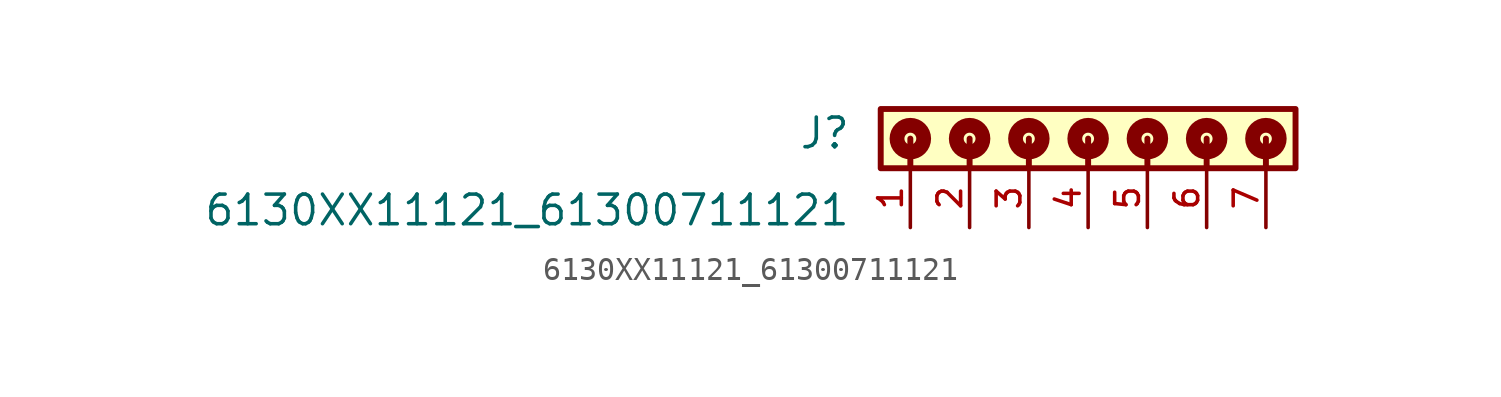
<source format=kicad_sym>
(kicad_symbol_lib
  (version 20211014)
  (generator kicad_symbol_editor)
  (symbol "6130XX11121_61300711121"
    (pin_names
      (offset 1.016))
    (property "Reference" "J"
      (at -10.16 -1.778 0)
      (effects (font (size 1.27 1.27)) (justify bottom right)))
    (property "Value" "6130XX11121_61300711121"
      (at -10.16 -5.08 0)
      (effects (font (size 1.27 1.27)) (justify bottom right)))
    (symbol "6130XX11121_61300711121_0_0"
      (polyline (pts (xy -7.62 -1.27) (xy -7.62 -2.54)) (stroke (width 0.254)))
      (polyline (pts (xy -5.08 -1.27) (xy -5.08 -2.54)) (stroke (width 0.254)))
      (polyline (pts (xy -2.54 -1.27) (xy -2.54 -2.54)) (stroke (width 0.254)))
      (polyline (pts (xy 0.0 -1.27) (xy 0.0 -2.54)) (stroke (width 0.254)))
      (polyline (pts (xy 2.54 -1.27) (xy 2.54 -2.54)) (stroke (width 0.254)))
      (polyline (pts (xy 5.08 -1.27) (xy 5.08 -2.54)) (stroke (width 0.254)))
      (polyline (pts (xy 7.62 -1.27) (xy 7.62 -2.54)) (stroke (width 0.254)))
      (circle (center -7.62 -1.27) (radius 0.254) (stroke (width 0.635)) (fill (type none)))
      (circle (center -5.08 -1.27) (radius 0.254) (stroke (width 0.635)) (fill (type none)))
      (circle (center -2.54 -1.27) (radius 0.254) (stroke (width 0.635)) (fill (type none)))
      (circle (center 0.0 -1.27) (radius 0.254) (stroke (width 0.635)) (fill (type none)))
      (circle (center 2.54 -1.27) (radius 0.254) (stroke (width 0.635)) (fill (type none)))
      (circle (center 5.08 -1.27) (radius 0.254) (stroke (width 0.635)) (fill (type none)))
      (circle (center 7.62 -1.27) (radius 0.254) (stroke (width 0.635)) (fill (type none)))
      (rectangle (start -8.89 -2.54) (end 8.89 0.0) (stroke (width 0.254)) (fill (type background)))
      (pin passive line (at -7.62 -5.08 90.0) (length 2.54) (name "~" (effects (font (size 1.016 1.016)))) (number "1" (effects (font (size 1.016 1.016)))))
      (pin passive line (at -5.08 -5.08 90.0) (length 2.54) (name "~" (effects (font (size 1.016 1.016)))) (number "2" (effects (font (size 1.016 1.016)))))
      (pin passive line (at -2.54 -5.08 90.0) (length 2.54) (name "~" (effects (font (size 1.016 1.016)))) (number "3" (effects (font (size 1.016 1.016)))))
      (pin passive line (at 0.0 -5.08 90.0) (length 2.54) (name "~" (effects (font (size 1.016 1.016)))) (number "4" (effects (font (size 1.016 1.016)))))
      (pin passive line (at 2.54 -5.08 90.0) (length 2.54) (name "~" (effects (font (size 1.016 1.016)))) (number "5" (effects (font (size 1.016 1.016)))))
      (pin passive line (at 5.08 -5.08 90.0) (length 2.54) (name "~" (effects (font (size 1.016 1.016)))) (number "6" (effects (font (size 1.016 1.016)))))
      (pin passive line (at 7.62 -5.08 90.0) (length 2.54) (name "~" (effects (font (size 1.016 1.016)))) (number "7" (effects (font (size 1.016 1.016))))))))
</source>
